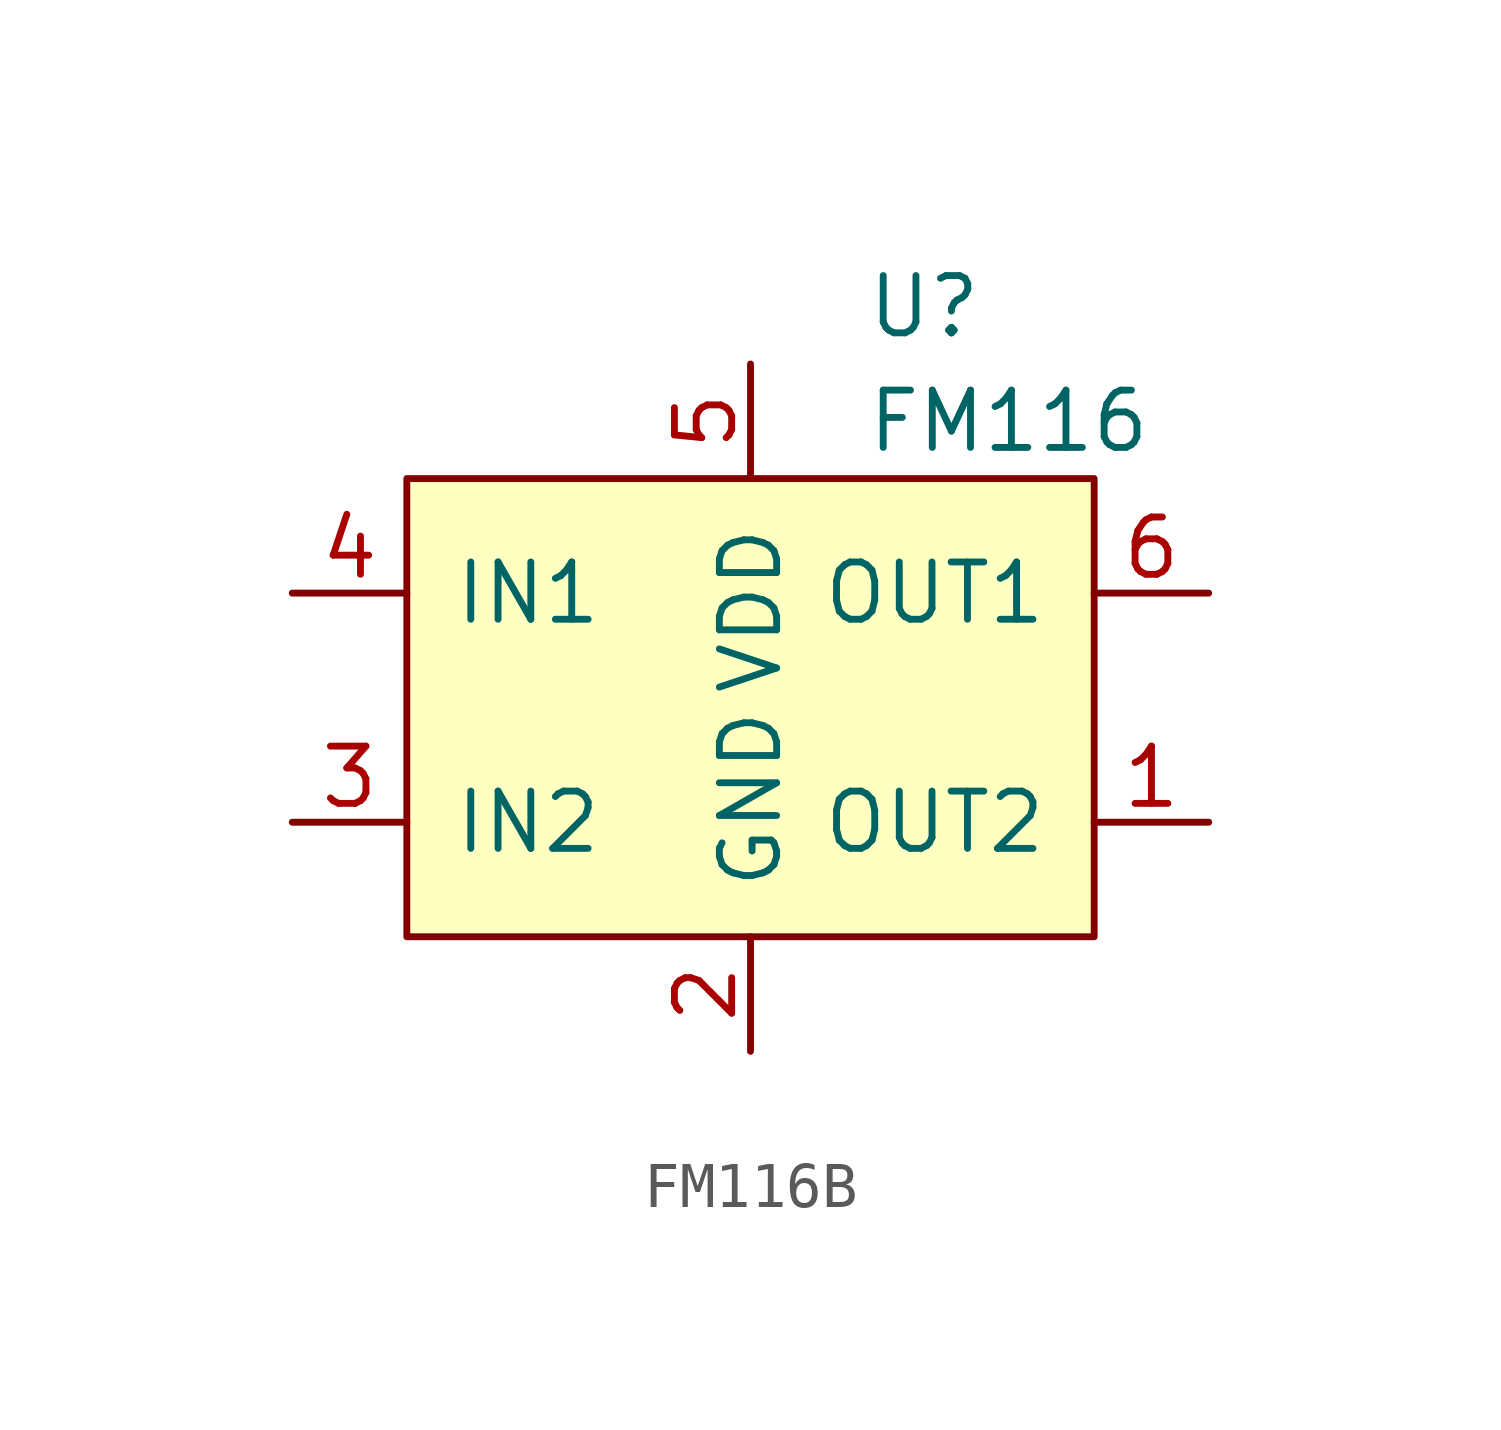
<source format=kicad_sym>
(kicad_symbol_lib
  (version 20220914)
  (generator kicad_symbol_editor)
  (symbol "FM116B"
    (pin_names
      (offset 1.016))
    (property "Reference" "U"
      (at 2.54 8.89 0)
      (effects (font (size 1.27 1.27)) (justify left)))
    (property "Value" "FM116"
      (at 2.54 6.35 0)
      (effects (font (size 1.27 1.27)) (justify left)))
    (symbol "FM116B_0_1"
      (rectangle (start -7.62 5.08) (end 7.62 -5.08) (stroke (width 0) (type default)) (fill (type background))))
    (symbol "FM116B_1_1"
      (pin power_out line (at 10.16 -2.54 180) (length 2.54) (name "OUT2" (effects (font (size 1.27 1.27)))) (number "1" (effects (font (size 1.27 1.27)))))
      (pin power_in line (at 0 -7.62 90) (length 2.54) (name "GND" (effects (font (size 1.27 1.27)))) (number "2" (effects (font (size 1.27 1.27)))))
      (pin input line (at -10.16 -2.54 0) (length 2.54) (name "IN2" (effects (font (size 1.27 1.27)))) (number "3" (effects (font (size 1.27 1.27)))))
      (pin input line (at -10.16 2.54 0) (length 2.54) (name "IN1" (effects (font (size 1.27 1.27)))) (number "4" (effects (font (size 1.27 1.27)))))
      (pin power_in line (at 0 7.62 270) (length 2.54) (name "VDD" (effects (font (size 1.27 1.27)))) (number "5" (effects (font (size 1.27 1.27)))))
      (pin power_out line (at 10.16 2.54 180) (length 2.54) (name "OUT1" (effects (font (size 1.27 1.27)))) (number "6" (effects (font (size 1.27 1.27))))))))
</source>
